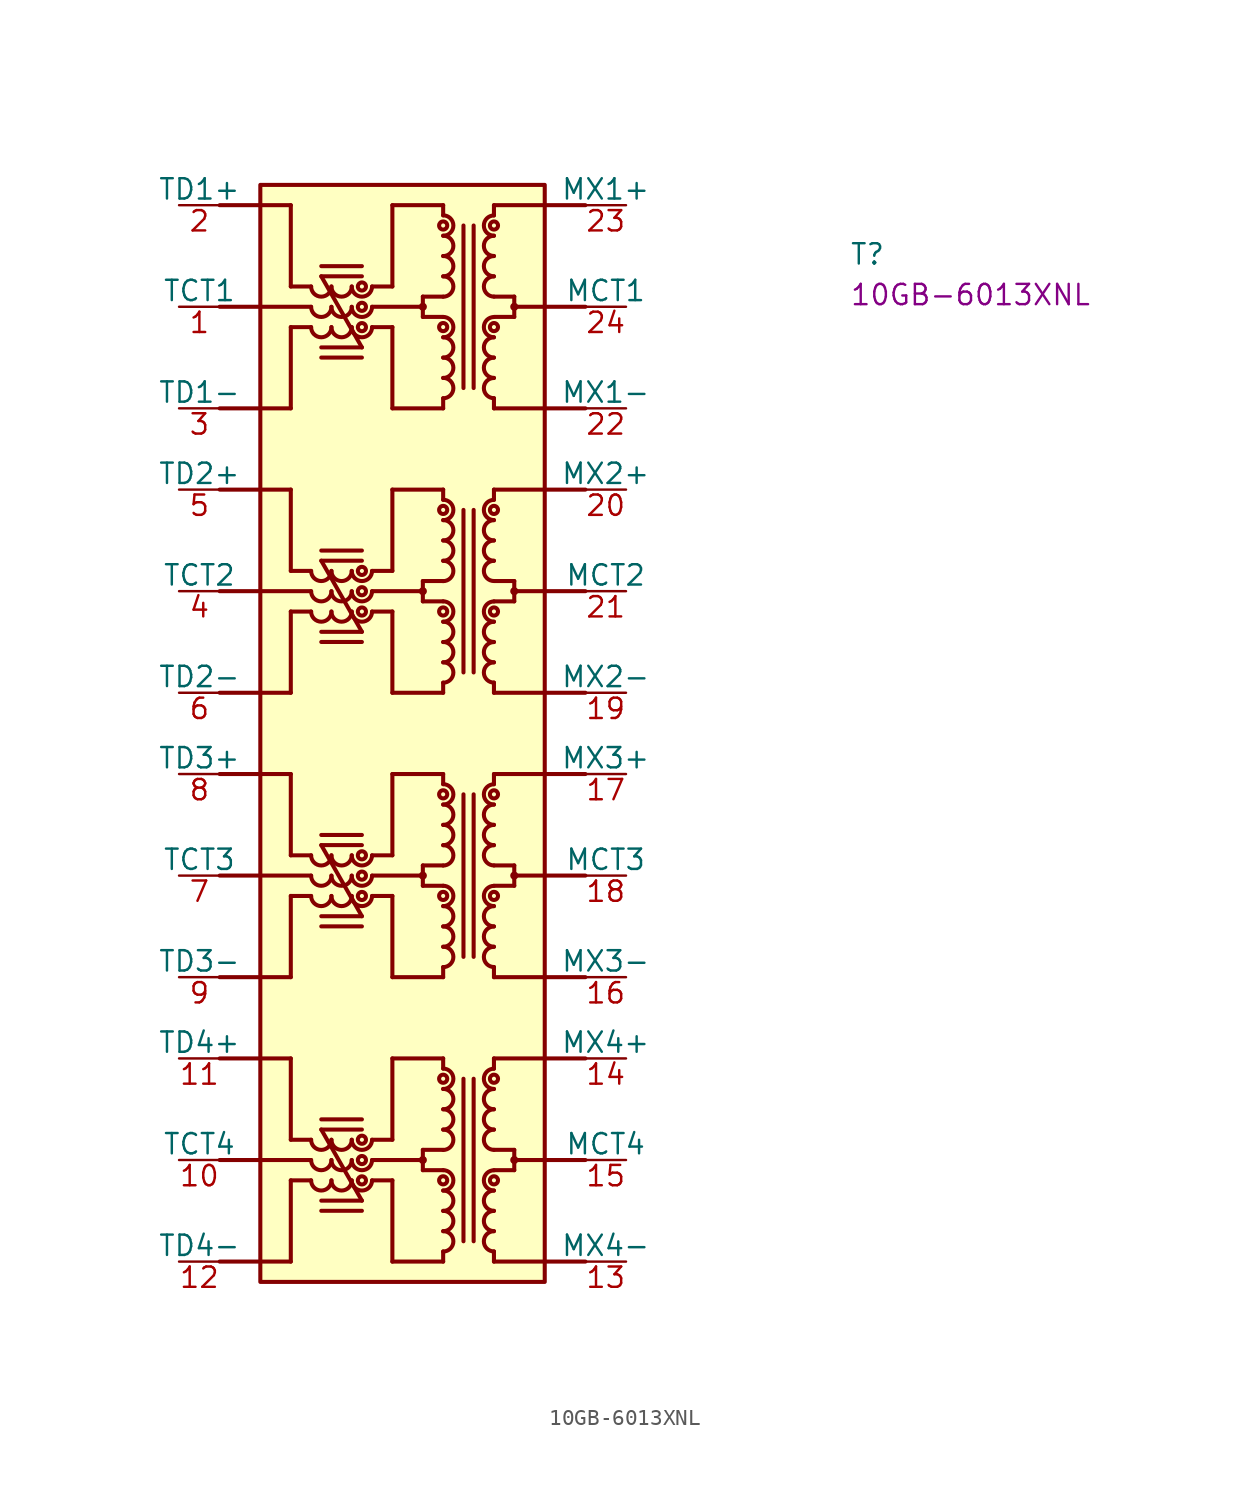
<source format=kicad_sym>
(kicad_symbol_lib
  (version 20220914)
  (generator kicad_symbol_editor)
  (symbol "10GB-6013XNL"
    (pin_names
      (offset 0))
    (property "Reference" "T"
      (at 41.91 -3.81 0)
      (effects (font (size 1.27 1.27) (thickness 0.15)) (justify left bottom)))
    (property "MPN" "10GB-6013XNL"
      (at 41.91 -6.35 0)
      (effects (font (size 1.27 1.27) (thickness 0.15)) (justify left bottom)))
    (symbol "10GB-6013XNL_1_1"
      (polyline (pts (xy 2.54 -59.69) (xy 8.255 -59.69)) (stroke (width 0.254) (type default)) (fill (type background)))
      (polyline (pts (xy 2.54 -41.91) (xy 8.255 -41.91)) (stroke (width 0.254) (type default)) (fill (type background)))
      (polyline (pts (xy 2.54 -24.13) (xy 8.255 -24.13)) (stroke (width 0.254) (type default)) (fill (type background)))
      (polyline (pts (xy 2.54 -6.35) (xy 8.255 -6.35)) (stroke (width 0.254) (type default)) (fill (type background)))
      (polyline (pts (xy 6.985 -66.04) (xy 2.54 -66.04)) (stroke (width 0.254) (type default)) (fill (type background)))
      (polyline (pts (xy 6.985 -60.963) (xy 8.255 -60.963)) (stroke (width 0.254) (type default)) (fill (type background)))
      (polyline (pts (xy 6.985 -60.96) (xy 6.985 -66.04)) (stroke (width 0.254) (type default)) (fill (type background)))
      (polyline (pts (xy 6.985 -58.423) (xy 8.255 -58.423)) (stroke (width 0.254) (type default)) (fill (type background)))
      (polyline (pts (xy 6.985 -58.42) (xy 6.985 -53.34)) (stroke (width 0.254) (type default)) (fill (type background)))
      (polyline (pts (xy 6.985 -53.34) (xy 2.54 -53.34)) (stroke (width 0.254) (type default)) (fill (type background)))
      (polyline (pts (xy 6.985 -48.26) (xy 2.54 -48.26)) (stroke (width 0.254) (type default)) (fill (type background)))
      (polyline (pts (xy 6.985 -43.183) (xy 8.255 -43.183)) (stroke (width 0.254) (type default)) (fill (type background)))
      (polyline (pts (xy 6.985 -43.18) (xy 6.985 -48.26)) (stroke (width 0.254) (type default)) (fill (type background)))
      (polyline (pts (xy 6.985 -40.643) (xy 8.255 -40.643)) (stroke (width 0.254) (type default)) (fill (type background)))
      (polyline (pts (xy 6.985 -40.64) (xy 6.985 -35.56)) (stroke (width 0.254) (type default)) (fill (type background)))
      (polyline (pts (xy 6.985 -35.56) (xy 2.54 -35.56)) (stroke (width 0.254) (type default)) (fill (type background)))
      (polyline (pts (xy 6.985 -30.48) (xy 2.54 -30.48)) (stroke (width 0.254) (type default)) (fill (type background)))
      (polyline (pts (xy 6.985 -25.403) (xy 8.255 -25.403)) (stroke (width 0.254) (type default)) (fill (type background)))
      (polyline (pts (xy 6.985 -25.4) (xy 6.985 -30.48)) (stroke (width 0.254) (type default)) (fill (type background)))
      (polyline (pts (xy 6.985 -22.863) (xy 8.255 -22.863)) (stroke (width 0.254) (type default)) (fill (type background)))
      (polyline (pts (xy 6.985 -22.86) (xy 6.985 -17.78)) (stroke (width 0.254) (type default)) (fill (type background)))
      (polyline (pts (xy 6.985 -17.78) (xy 2.54 -17.78)) (stroke (width 0.254) (type default)) (fill (type background)))
      (polyline (pts (xy 6.985 -12.7) (xy 2.54 -12.7)) (stroke (width 0.254) (type default)) (fill (type background)))
      (polyline (pts (xy 6.985 -7.623) (xy 8.255 -7.623)) (stroke (width 0.254) (type default)) (fill (type background)))
      (polyline (pts (xy 6.985 -7.62) (xy 6.985 -12.7)) (stroke (width 0.254) (type default)) (fill (type background)))
      (polyline (pts (xy 6.985 -5.083) (xy 8.255 -5.083)) (stroke (width 0.254) (type default)) (fill (type background)))
      (polyline (pts (xy 6.985 -5.08) (xy 6.985 0)) (stroke (width 0.254) (type default)) (fill (type background)))
      (polyline (pts (xy 6.985 0) (xy 2.54 0)) (stroke (width 0.254) (type default)) (fill (type background)))
      (polyline (pts (xy 8.89 -57.785) (xy 11.43 -62.23)) (stroke (width 0.254) (type default)) (fill (type background)))
      (polyline (pts (xy 8.89 -40.005) (xy 11.43 -44.45)) (stroke (width 0.254) (type default)) (fill (type background)))
      (polyline (pts (xy 8.89 -22.225) (xy 11.43 -26.67)) (stroke (width 0.254) (type default)) (fill (type background)))
      (polyline (pts (xy 8.89 -4.445) (xy 11.43 -8.89)) (stroke (width 0.254) (type default)) (fill (type background)))
      (polyline (pts (xy 11.43 -62.865) (xy 8.89 -62.865)) (stroke (width 0.254) (type default)) (fill (type background)))
      (polyline (pts (xy 11.43 -62.23) (xy 8.89 -62.23)) (stroke (width 0.254) (type default)) (fill (type background)))
      (polyline (pts (xy 11.43 -57.785) (xy 8.89 -57.785)) (stroke (width 0.254) (type default)) (fill (type background)))
      (polyline (pts (xy 11.43 -57.15) (xy 8.89 -57.15)) (stroke (width 0.254) (type default)) (fill (type background)))
      (polyline (pts (xy 11.43 -45.085) (xy 8.89 -45.085)) (stroke (width 0.254) (type default)) (fill (type background)))
      (polyline (pts (xy 11.43 -44.45) (xy 8.89 -44.45)) (stroke (width 0.254) (type default)) (fill (type background)))
      (polyline (pts (xy 11.43 -40.005) (xy 8.89 -40.005)) (stroke (width 0.254) (type default)) (fill (type background)))
      (polyline (pts (xy 11.43 -39.37) (xy 8.89 -39.37)) (stroke (width 0.254) (type default)) (fill (type background)))
      (polyline (pts (xy 11.43 -27.305) (xy 8.89 -27.305)) (stroke (width 0.254) (type default)) (fill (type background)))
      (polyline (pts (xy 11.43 -26.67) (xy 8.89 -26.67)) (stroke (width 0.254) (type default)) (fill (type background)))
      (polyline (pts (xy 11.43 -22.225) (xy 8.89 -22.225)) (stroke (width 0.254) (type default)) (fill (type background)))
      (polyline (pts (xy 11.43 -21.59) (xy 8.89 -21.59)) (stroke (width 0.254) (type default)) (fill (type background)))
      (polyline (pts (xy 11.43 -9.525) (xy 8.89 -9.525)) (stroke (width 0.254) (type default)) (fill (type background)))
      (polyline (pts (xy 11.43 -8.89) (xy 8.89 -8.89)) (stroke (width 0.254) (type default)) (fill (type background)))
      (polyline (pts (xy 11.43 -4.445) (xy 8.89 -4.445)) (stroke (width 0.254) (type default)) (fill (type background)))
      (polyline (pts (xy 11.43 -3.81) (xy 8.89 -3.81)) (stroke (width 0.254) (type default)) (fill (type background)))
      (polyline (pts (xy 13.335 -66.04) (xy 16.51 -66.04)) (stroke (width 0.254) (type default)) (fill (type background)))
      (polyline (pts (xy 13.335 -60.963) (xy 12.065 -60.963)) (stroke (width 0.254) (type default)) (fill (type background)))
      (polyline (pts (xy 13.335 -60.96) (xy 13.335 -66.04)) (stroke (width 0.254) (type default)) (fill (type background)))
      (polyline (pts (xy 13.335 -58.423) (xy 12.065 -58.423)) (stroke (width 0.254) (type default)) (fill (type background)))
      (polyline (pts (xy 13.335 -58.42) (xy 13.335 -53.34)) (stroke (width 0.254) (type default)) (fill (type background)))
      (polyline (pts (xy 13.335 -53.34) (xy 16.51 -53.34)) (stroke (width 0.254) (type default)) (fill (type background)))
      (polyline (pts (xy 13.335 -48.26) (xy 16.51 -48.26)) (stroke (width 0.254) (type default)) (fill (type background)))
      (polyline (pts (xy 13.335 -43.183) (xy 12.065 -43.183)) (stroke (width 0.254) (type default)) (fill (type background)))
      (polyline (pts (xy 13.335 -43.18) (xy 13.335 -48.26)) (stroke (width 0.254) (type default)) (fill (type background)))
      (polyline (pts (xy 13.335 -40.643) (xy 12.065 -40.643)) (stroke (width 0.254) (type default)) (fill (type background)))
      (polyline (pts (xy 13.335 -40.64) (xy 13.335 -35.56)) (stroke (width 0.254) (type default)) (fill (type background)))
      (polyline (pts (xy 13.335 -35.56) (xy 16.51 -35.56)) (stroke (width 0.254) (type default)) (fill (type background)))
      (polyline (pts (xy 13.335 -30.48) (xy 16.51 -30.48)) (stroke (width 0.254) (type default)) (fill (type background)))
      (polyline (pts (xy 13.335 -25.403) (xy 12.065 -25.403)) (stroke (width 0.254) (type default)) (fill (type background)))
      (polyline (pts (xy 13.335 -25.4) (xy 13.335 -30.48)) (stroke (width 0.254) (type default)) (fill (type background)))
      (polyline (pts (xy 13.335 -22.863) (xy 12.065 -22.863)) (stroke (width 0.254) (type default)) (fill (type background)))
      (polyline (pts (xy 13.335 -22.86) (xy 13.335 -17.78)) (stroke (width 0.254) (type default)) (fill (type background)))
      (polyline (pts (xy 13.335 -17.78) (xy 16.51 -17.78)) (stroke (width 0.254) (type default)) (fill (type background)))
      (polyline (pts (xy 13.335 -12.7) (xy 16.51 -12.7)) (stroke (width 0.254) (type default)) (fill (type background)))
      (polyline (pts (xy 13.335 -7.623) (xy 12.065 -7.623)) (stroke (width 0.254) (type default)) (fill (type background)))
      (polyline (pts (xy 13.335 -7.62) (xy 13.335 -12.7)) (stroke (width 0.254) (type default)) (fill (type background)))
      (polyline (pts (xy 13.335 -5.083) (xy 12.065 -5.083)) (stroke (width 0.254) (type default)) (fill (type background)))
      (polyline (pts (xy 13.335 -5.08) (xy 13.335 0)) (stroke (width 0.254) (type default)) (fill (type background)))
      (polyline (pts (xy 13.335 0) (xy 16.51 0)) (stroke (width 0.254) (type default)) (fill (type background)))
      (polyline (pts (xy 15.24 -60.325) (xy 16.51 -60.325)) (stroke (width 0.254) (type default)) (fill (type background)))
      (polyline (pts (xy 15.24 -59.69) (xy 12.065 -59.69)) (stroke (width 0.254) (type default)) (fill (type background)))
      (polyline (pts (xy 15.24 -59.055) (xy 15.24 -60.325)) (stroke (width 0.254) (type default)) (fill (type background)))
      (polyline (pts (xy 15.24 -59.055) (xy 16.51 -59.055)) (stroke (width 0.254) (type default)) (fill (type background)))
      (polyline (pts (xy 15.24 -42.545) (xy 16.51 -42.545)) (stroke (width 0.254) (type default)) (fill (type background)))
      (polyline (pts (xy 15.24 -41.91) (xy 12.065 -41.91)) (stroke (width 0.254) (type default)) (fill (type background)))
      (polyline (pts (xy 15.24 -41.275) (xy 15.24 -42.545)) (stroke (width 0.254) (type default)) (fill (type background)))
      (polyline (pts (xy 15.24 -41.275) (xy 16.51 -41.275)) (stroke (width 0.254) (type default)) (fill (type background)))
      (polyline (pts (xy 15.24 -24.765) (xy 16.51 -24.765)) (stroke (width 0.254) (type default)) (fill (type background)))
      (polyline (pts (xy 15.24 -24.13) (xy 12.065 -24.13)) (stroke (width 0.254) (type default)) (fill (type background)))
      (polyline (pts (xy 15.24 -23.495) (xy 15.24 -24.765)) (stroke (width 0.254) (type default)) (fill (type background)))
      (polyline (pts (xy 15.24 -23.495) (xy 16.51 -23.495)) (stroke (width 0.254) (type default)) (fill (type background)))
      (polyline (pts (xy 15.24 -6.985) (xy 16.51 -6.985)) (stroke (width 0.254) (type default)) (fill (type background)))
      (polyline (pts (xy 15.24 -6.35) (xy 12.065 -6.35)) (stroke (width 0.254) (type default)) (fill (type background)))
      (polyline (pts (xy 15.24 -5.715) (xy 15.24 -6.985)) (stroke (width 0.254) (type default)) (fill (type background)))
      (polyline (pts (xy 15.24 -5.715) (xy 16.51 -5.715)) (stroke (width 0.254) (type default)) (fill (type background)))
      (polyline (pts (xy 16.51 -65.405) (xy 16.51 -66.04)) (stroke (width 0.254) (type default)) (fill (type background)))
      (polyline (pts (xy 16.51 -53.34) (xy 16.51 -53.975)) (stroke (width 0.254) (type default)) (fill (type background)))
      (polyline (pts (xy 16.51 -47.625) (xy 16.51 -48.26)) (stroke (width 0.254) (type default)) (fill (type background)))
      (polyline (pts (xy 16.51 -35.56) (xy 16.51 -36.195)) (stroke (width 0.254) (type default)) (fill (type background)))
      (polyline (pts (xy 16.51 -29.845) (xy 16.51 -30.48)) (stroke (width 0.254) (type default)) (fill (type background)))
      (polyline (pts (xy 16.51 -17.78) (xy 16.51 -18.415)) (stroke (width 0.254) (type default)) (fill (type background)))
      (polyline (pts (xy 16.51 -12.065) (xy 16.51 -12.7)) (stroke (width 0.254) (type default)) (fill (type background)))
      (polyline (pts (xy 16.51 0) (xy 16.51 -0.635)) (stroke (width 0.254) (type default)) (fill (type background)))
      (polyline (pts (xy 17.78 -64.77) (xy 17.78 -54.61)) (stroke (width 0.254) (type default)) (fill (type background)))
      (polyline (pts (xy 17.78 -46.99) (xy 17.78 -36.83)) (stroke (width 0.254) (type default)) (fill (type background)))
      (polyline (pts (xy 17.78 -29.21) (xy 17.78 -19.05)) (stroke (width 0.254) (type default)) (fill (type background)))
      (polyline (pts (xy 17.78 -11.43) (xy 17.78 -1.27)) (stroke (width 0.254) (type default)) (fill (type background)))
      (polyline (pts (xy 18.415 -64.77) (xy 18.415 -54.61)) (stroke (width 0.254) (type default)) (fill (type background)))
      (polyline (pts (xy 18.415 -46.99) (xy 18.415 -36.83)) (stroke (width 0.254) (type default)) (fill (type background)))
      (polyline (pts (xy 18.415 -29.21) (xy 18.415 -19.05)) (stroke (width 0.254) (type default)) (fill (type background)))
      (polyline (pts (xy 18.415 -11.43) (xy 18.415 -1.27)) (stroke (width 0.254) (type default)) (fill (type background)))
      (polyline (pts (xy 19.685 -65.405) (xy 19.685 -66.04)) (stroke (width 0.254) (type default)) (fill (type background)))
      (polyline (pts (xy 19.685 -53.34) (xy 19.685 -53.975)) (stroke (width 0.254) (type default)) (fill (type background)))
      (polyline (pts (xy 19.685 -47.625) (xy 19.685 -48.26)) (stroke (width 0.254) (type default)) (fill (type background)))
      (polyline (pts (xy 19.685 -35.56) (xy 19.685 -36.195)) (stroke (width 0.254) (type default)) (fill (type background)))
      (polyline (pts (xy 19.685 -29.845) (xy 19.685 -30.48)) (stroke (width 0.254) (type default)) (fill (type background)))
      (polyline (pts (xy 19.685 -17.78) (xy 19.685 -18.415)) (stroke (width 0.254) (type default)) (fill (type background)))
      (polyline (pts (xy 19.685 -12.065) (xy 19.685 -12.7)) (stroke (width 0.254) (type default)) (fill (type background)))
      (polyline (pts (xy 19.685 0) (xy 19.685 -0.635)) (stroke (width 0.254) (type default)) (fill (type background)))
      (polyline (pts (xy 20.955 -60.325) (xy 19.685 -60.325)) (stroke (width 0.254) (type default)) (fill (type background)))
      (polyline (pts (xy 20.955 -59.69) (xy 25.4 -59.69)) (stroke (width 0.254) (type default)) (fill (type background)))
      (polyline (pts (xy 20.955 -59.055) (xy 19.685 -59.055)) (stroke (width 0.254) (type default)) (fill (type background)))
      (polyline (pts (xy 20.955 -59.055) (xy 20.955 -60.325)) (stroke (width 0.254) (type default)) (fill (type background)))
      (polyline (pts (xy 20.955 -42.545) (xy 19.685 -42.545)) (stroke (width 0.254) (type default)) (fill (type background)))
      (polyline (pts (xy 20.955 -41.91) (xy 25.4 -41.91)) (stroke (width 0.254) (type default)) (fill (type background)))
      (polyline (pts (xy 20.955 -41.275) (xy 19.685 -41.275)) (stroke (width 0.254) (type default)) (fill (type background)))
      (polyline (pts (xy 20.955 -41.275) (xy 20.955 -42.545)) (stroke (width 0.254) (type default)) (fill (type background)))
      (polyline (pts (xy 20.955 -24.765) (xy 19.685 -24.765)) (stroke (width 0.254) (type default)) (fill (type background)))
      (polyline (pts (xy 20.955 -24.13) (xy 25.4 -24.13)) (stroke (width 0.254) (type default)) (fill (type background)))
      (polyline (pts (xy 20.955 -23.495) (xy 19.685 -23.495)) (stroke (width 0.254) (type default)) (fill (type background)))
      (polyline (pts (xy 20.955 -23.495) (xy 20.955 -24.765)) (stroke (width 0.254) (type default)) (fill (type background)))
      (polyline (pts (xy 20.955 -6.985) (xy 19.685 -6.985)) (stroke (width 0.254) (type default)) (fill (type background)))
      (polyline (pts (xy 20.955 -6.35) (xy 25.4 -6.35)) (stroke (width 0.254) (type default)) (fill (type background)))
      (polyline (pts (xy 20.955 -5.715) (xy 19.685 -5.715)) (stroke (width 0.254) (type default)) (fill (type background)))
      (polyline (pts (xy 20.955 -5.715) (xy 20.955 -6.985)) (stroke (width 0.254) (type default)) (fill (type background)))
      (polyline (pts (xy 25.4 -66.04) (xy 19.685 -66.04)) (stroke (width 0.254) (type default)) (fill (type background)))
      (polyline (pts (xy 25.4 -53.34) (xy 19.685 -53.34)) (stroke (width 0.254) (type default)) (fill (type background)))
      (polyline (pts (xy 25.4 -48.26) (xy 19.685 -48.26)) (stroke (width 0.254) (type default)) (fill (type background)))
      (polyline (pts (xy 25.4 -35.56) (xy 19.685 -35.56)) (stroke (width 0.254) (type default)) (fill (type background)))
      (polyline (pts (xy 25.4 -30.48) (xy 19.685 -30.48)) (stroke (width 0.254) (type default)) (fill (type background)))
      (polyline (pts (xy 25.4 -17.78) (xy 19.685 -17.78)) (stroke (width 0.254) (type default)) (fill (type background)))
      (polyline (pts (xy 25.4 -12.7) (xy 19.685 -12.7)) (stroke (width 0.254) (type default)) (fill (type background)))
      (polyline (pts (xy 25.4 0) (xy 19.685 0)) (stroke (width 0.254) (type default)) (fill (type background)))
      (rectangle (start 5.08 1.27) (end 22.86 -67.31) (stroke (width 0.254) (type default)) (fill (type background)))
      (arc (start 8.255 -60.9627) (mid 8.89 -61.595) (end 9.525 -60.9627) (stroke (width 0.254) (type default)) (fill (type background)))
      (arc (start 8.255 -59.6927) (mid 8.89 -60.325) (end 9.525 -59.6927) (stroke (width 0.254) (type default)) (fill (type background)))
      (arc (start 8.255 -58.4227) (mid 8.89 -59.055) (end 9.525 -58.4227) (stroke (width 0.254) (type default)) (fill (type background)))
      (arc (start 8.255 -43.1827) (mid 8.89 -43.815) (end 9.525 -43.1827) (stroke (width 0.254) (type default)) (fill (type background)))
      (arc (start 8.255 -41.9127) (mid 8.89 -42.545) (end 9.525 -41.9127) (stroke (width 0.254) (type default)) (fill (type background)))
      (arc (start 8.255 -40.6427) (mid 8.89 -41.275) (end 9.525 -40.6427) (stroke (width 0.254) (type default)) (fill (type background)))
      (arc (start 8.255 -25.4027) (mid 8.89 -26.035) (end 9.525 -25.4027) (stroke (width 0.254) (type default)) (fill (type background)))
      (arc (start 8.255 -24.1327) (mid 8.89 -24.765) (end 9.525 -24.1327) (stroke (width 0.254) (type default)) (fill (type background)))
      (arc (start 8.255 -22.8627) (mid 8.89 -23.495) (end 9.525 -22.8627) (stroke (width 0.254) (type default)) (fill (type background)))
      (arc (start 8.255 -7.6227) (mid 8.89 -8.255) (end 9.525 -7.6227) (stroke (width 0.254) (type default)) (fill (type background)))
      (arc (start 8.255 -6.3527) (mid 8.89 -6.985) (end 9.525 -6.3527) (stroke (width 0.254) (type default)) (fill (type background)))
      (arc (start 8.255 -5.0827) (mid 8.89 -5.715) (end 9.525 -5.0827) (stroke (width 0.254) (type default)) (fill (type background)))
      (arc (start 9.525 -60.9627) (mid 10.16 -61.595) (end 10.795 -60.9627) (stroke (width 0.254) (type default)) (fill (type background)))
      (arc (start 9.525 -59.6927) (mid 10.16 -60.325) (end 10.795 -59.6927) (stroke (width 0.254) (type default)) (fill (type background)))
      (arc (start 9.525 -58.4227) (mid 10.16 -59.055) (end 10.795 -58.4227) (stroke (width 0.254) (type default)) (fill (type background)))
      (arc (start 9.525 -43.1827) (mid 10.16 -43.815) (end 10.795 -43.1827) (stroke (width 0.254) (type default)) (fill (type background)))
      (arc (start 9.525 -41.9127) (mid 10.16 -42.545) (end 10.795 -41.9127) (stroke (width 0.254) (type default)) (fill (type background)))
      (arc (start 9.525 -40.6427) (mid 10.16 -41.275) (end 10.795 -40.6427) (stroke (width 0.254) (type default)) (fill (type background)))
      (arc (start 9.525 -25.4027) (mid 10.16 -26.035) (end 10.795 -25.4027) (stroke (width 0.254) (type default)) (fill (type background)))
      (arc (start 9.525 -24.1327) (mid 10.16 -24.765) (end 10.795 -24.1327) (stroke (width 0.254) (type default)) (fill (type background)))
      (arc (start 9.525 -22.8627) (mid 10.16 -23.495) (end 10.795 -22.8627) (stroke (width 0.254) (type default)) (fill (type background)))
      (arc (start 9.525 -7.6227) (mid 10.16 -8.255) (end 10.795 -7.6227) (stroke (width 0.254) (type default)) (fill (type background)))
      (arc (start 9.525 -6.3527) (mid 10.16 -6.985) (end 10.795 -6.3527) (stroke (width 0.254) (type default)) (fill (type background)))
      (arc (start 9.525 -5.0827) (mid 10.16 -5.715) (end 10.795 -5.0827) (stroke (width 0.254) (type default)) (fill (type background)))
      (arc (start 10.795 -60.9627) (mid 11.43 -61.595) (end 12.065 -60.9627) (stroke (width 0.254) (type default)) (fill (type background)))
      (arc (start 10.795 -59.6927) (mid 11.43 -60.325) (end 12.065 -59.6927) (stroke (width 0.254) (type default)) (fill (type background)))
      (arc (start 10.795 -58.4227) (mid 11.43 -59.055) (end 12.065 -58.4227) (stroke (width 0.254) (type default)) (fill (type background)))
      (arc (start 10.795 -43.1827) (mid 11.43 -43.815) (end 12.065 -43.1827) (stroke (width 0.254) (type default)) (fill (type background)))
      (arc (start 10.795 -41.9127) (mid 11.43 -42.545) (end 12.065 -41.9127) (stroke (width 0.254) (type default)) (fill (type background)))
      (arc (start 10.795 -40.6427) (mid 11.43 -41.275) (end 12.065 -40.6427) (stroke (width 0.254) (type default)) (fill (type background)))
      (arc (start 10.795 -25.4027) (mid 11.43 -26.035) (end 12.065 -25.4027) (stroke (width 0.254) (type default)) (fill (type background)))
      (arc (start 10.795 -24.1327) (mid 11.43 -24.765) (end 12.065 -24.1327) (stroke (width 0.254) (type default)) (fill (type background)))
      (arc (start 10.795 -22.8627) (mid 11.43 -23.495) (end 12.065 -22.8627) (stroke (width 0.254) (type default)) (fill (type background)))
      (arc (start 10.795 -7.6227) (mid 11.43 -8.255) (end 12.065 -7.6227) (stroke (width 0.254) (type default)) (fill (type background)))
      (arc (start 10.795 -6.3527) (mid 11.43 -6.985) (end 12.065 -6.3527) (stroke (width 0.254) (type default)) (fill (type background)))
      (arc (start 10.795 -5.0827) (mid 11.43 -5.715) (end 12.065 -5.0827) (stroke (width 0.254) (type default)) (fill (type background)))
      (circle (center 11.43 -60.963) (radius 0.254) (stroke (width 0.254) (type default)) (fill (type background)))
      (circle (center 11.43 -59.693) (radius 0.254) (stroke (width 0.254) (type default)) (fill (type background)))
      (circle (center 11.43 -58.423) (radius 0.254) (stroke (width 0.254) (type default)) (fill (type background)))
      (circle (center 11.43 -43.183) (radius 0.254) (stroke (width 0.254) (type default)) (fill (type background)))
      (circle (center 11.43 -41.913) (radius 0.254) (stroke (width 0.254) (type default)) (fill (type background)))
      (circle (center 11.43 -40.643) (radius 0.254) (stroke (width 0.254) (type default)) (fill (type background)))
      (circle (center 11.43 -25.403) (radius 0.254) (stroke (width 0.254) (type default)) (fill (type background)))
      (circle (center 11.43 -24.133) (radius 0.254) (stroke (width 0.254) (type default)) (fill (type background)))
      (circle (center 11.43 -22.863) (radius 0.254) (stroke (width 0.254) (type default)) (fill (type background)))
      (circle (center 11.43 -7.623) (radius 0.254) (stroke (width 0.254) (type default)) (fill (type background)))
      (circle (center 11.43 -6.353) (radius 0.254) (stroke (width 0.254) (type default)) (fill (type background)))
      (circle (center 11.43 -5.083) (radius 0.254) (stroke (width 0.254) (type default)) (fill (type background)))
      (circle (center 15.24 -59.69) (radius 0.127) (stroke (width 0.254) (type default)) (fill (type background)))
      (circle (center 15.24 -41.91) (radius 0.127) (stroke (width 0.254) (type default)) (fill (type background)))
      (circle (center 15.24 -24.13) (radius 0.127) (stroke (width 0.254) (type default)) (fill (type background)))
      (circle (center 15.24 -6.35) (radius 0.127) (stroke (width 0.254) (type default)) (fill (type background)))
      (arc (start 16.51 -65.405) (mid 17.142 -64.77) (end 16.51 -64.135) (stroke (width 0.254) (type default)) (fill (type background)))
      (arc (start 16.51 -64.135) (mid 17.142 -63.5) (end 16.51 -62.865) (stroke (width 0.254) (type default)) (fill (type background)))
      (arc (start 16.51 -62.865) (mid 17.142 -62.23) (end 16.51 -61.595) (stroke (width 0.254) (type default)) (fill (type background)))
      (arc (start 16.51 -61.595) (mid 17.142 -60.96) (end 16.51 -60.325) (stroke (width 0.254) (type default)) (fill (type background)))
      (circle (center 16.51 -60.96) (radius 0.254) (stroke (width 0.254) (type default)) (fill (type background)))
      (arc (start 16.51 -59.055) (mid 17.142 -58.42) (end 16.51 -57.785) (stroke (width 0.254) (type default)) (fill (type background)))
      (arc (start 16.51 -57.785) (mid 17.142 -57.15) (end 16.51 -56.515) (stroke (width 0.254) (type default)) (fill (type background)))
      (arc (start 16.51 -56.515) (mid 17.142 -55.88) (end 16.51 -55.245) (stroke (width 0.254) (type default)) (fill (type background)))
      (arc (start 16.51 -55.245) (mid 17.142 -54.61) (end 16.51 -53.975) (stroke (width 0.254) (type default)) (fill (type background)))
      (circle (center 16.51 -54.61) (radius 0.254) (stroke (width 0.254) (type default)) (fill (type background)))
      (arc (start 16.51 -47.625) (mid 17.142 -46.99) (end 16.51 -46.355) (stroke (width 0.254) (type default)) (fill (type background)))
      (arc (start 16.51 -46.355) (mid 17.142 -45.72) (end 16.51 -45.085) (stroke (width 0.254) (type default)) (fill (type background)))
      (arc (start 16.51 -45.085) (mid 17.142 -44.45) (end 16.51 -43.815) (stroke (width 0.254) (type default)) (fill (type background)))
      (arc (start 16.51 -43.815) (mid 17.142 -43.18) (end 16.51 -42.545) (stroke (width 0.254) (type default)) (fill (type background)))
      (circle (center 16.51 -43.18) (radius 0.254) (stroke (width 0.254) (type default)) (fill (type background)))
      (arc (start 16.51 -41.275) (mid 17.142 -40.64) (end 16.51 -40.005) (stroke (width 0.254) (type default)) (fill (type background)))
      (arc (start 16.51 -40.005) (mid 17.142 -39.37) (end 16.51 -38.735) (stroke (width 0.254) (type default)) (fill (type background)))
      (arc (start 16.51 -38.735) (mid 17.142 -38.1) (end 16.51 -37.465) (stroke (width 0.254) (type default)) (fill (type background)))
      (arc (start 16.51 -37.465) (mid 17.142 -36.83) (end 16.51 -36.195) (stroke (width 0.254) (type default)) (fill (type background)))
      (circle (center 16.51 -36.83) (radius 0.254) (stroke (width 0.254) (type default)) (fill (type background)))
      (arc (start 16.51 -29.845) (mid 17.142 -29.21) (end 16.51 -28.575) (stroke (width 0.254) (type default)) (fill (type background)))
      (arc (start 16.51 -28.575) (mid 17.142 -27.94) (end 16.51 -27.305) (stroke (width 0.254) (type default)) (fill (type background)))
      (arc (start 16.51 -27.305) (mid 17.142 -26.67) (end 16.51 -26.035) (stroke (width 0.254) (type default)) (fill (type background)))
      (arc (start 16.51 -26.035) (mid 17.142 -25.4) (end 16.51 -24.765) (stroke (width 0.254) (type default)) (fill (type background)))
      (circle (center 16.51 -25.4) (radius 0.254) (stroke (width 0.254) (type default)) (fill (type background)))
      (arc (start 16.51 -23.495) (mid 17.142 -22.86) (end 16.51 -22.225) (stroke (width 0.254) (type default)) (fill (type background)))
      (arc (start 16.51 -22.225) (mid 17.142 -21.59) (end 16.51 -20.955) (stroke (width 0.254) (type default)) (fill (type background)))
      (arc (start 16.51 -20.955) (mid 17.142 -20.32) (end 16.51 -19.685) (stroke (width 0.254) (type default)) (fill (type background)))
      (arc (start 16.51 -19.685) (mid 17.142 -19.05) (end 16.51 -18.415) (stroke (width 0.254) (type default)) (fill (type background)))
      (circle (center 16.51 -19.05) (radius 0.254) (stroke (width 0.254) (type default)) (fill (type background)))
      (arc (start 16.51 -12.065) (mid 17.142 -11.43) (end 16.51 -10.795) (stroke (width 0.254) (type default)) (fill (type background)))
      (arc (start 16.51 -10.795) (mid 17.142 -10.16) (end 16.51 -9.525) (stroke (width 0.254) (type default)) (fill (type background)))
      (arc (start 16.51 -9.525) (mid 17.142 -8.89) (end 16.51 -8.255) (stroke (width 0.254) (type default)) (fill (type background)))
      (arc (start 16.51 -8.255) (mid 17.142 -7.62) (end 16.51 -6.985) (stroke (width 0.254) (type default)) (fill (type background)))
      (circle (center 16.51 -7.62) (radius 0.254) (stroke (width 0.254) (type default)) (fill (type background)))
      (arc (start 16.51 -5.715) (mid 17.142 -5.08) (end 16.51 -4.445) (stroke (width 0.254) (type default)) (fill (type background)))
      (arc (start 16.51 -4.445) (mid 17.142 -3.81) (end 16.51 -3.175) (stroke (width 0.254) (type default)) (fill (type background)))
      (arc (start 16.51 -3.175) (mid 17.142 -2.54) (end 16.51 -1.905) (stroke (width 0.254) (type default)) (fill (type background)))
      (arc (start 16.51 -1.905) (mid 17.142 -1.27) (end 16.51 -0.635) (stroke (width 0.254) (type default)) (fill (type background)))
      (circle (center 16.51 -1.27) (radius 0.254) (stroke (width 0.254) (type default)) (fill (type background)))
      (arc (start 19.685 -64.135) (mid 19.053 -64.77) (end 19.685 -65.405) (stroke (width 0.254) (type default)) (fill (type background)))
      (arc (start 19.685 -62.865) (mid 19.053 -63.5) (end 19.685 -64.135) (stroke (width 0.254) (type default)) (fill (type background)))
      (arc (start 19.685 -61.595) (mid 19.053 -62.23) (end 19.685 -62.865) (stroke (width 0.254) (type default)) (fill (type background)))
      (circle (center 19.685 -60.96) (radius 0.254) (stroke (width 0.254) (type default)) (fill (type background)))
      (arc (start 19.685 -60.325) (mid 19.053 -60.96) (end 19.685 -61.595) (stroke (width 0.254) (type default)) (fill (type background)))
      (arc (start 19.685 -57.785) (mid 19.053 -58.42) (end 19.685 -59.055) (stroke (width 0.254) (type default)) (fill (type background)))
      (arc (start 19.685 -56.515) (mid 19.053 -57.15) (end 19.685 -57.785) (stroke (width 0.254) (type default)) (fill (type background)))
      (arc (start 19.685 -55.245) (mid 19.053 -55.88) (end 19.685 -56.515) (stroke (width 0.254) (type default)) (fill (type background)))
      (circle (center 19.685 -54.61) (radius 0.254) (stroke (width 0.254) (type default)) (fill (type background)))
      (arc (start 19.685 -53.975) (mid 19.053 -54.61) (end 19.685 -55.245) (stroke (width 0.254) (type default)) (fill (type background)))
      (arc (start 19.685 -46.355) (mid 19.053 -46.99) (end 19.685 -47.625) (stroke (width 0.254) (type default)) (fill (type background)))
      (arc (start 19.685 -45.085) (mid 19.053 -45.72) (end 19.685 -46.355) (stroke (width 0.254) (type default)) (fill (type background)))
      (arc (start 19.685 -43.815) (mid 19.053 -44.45) (end 19.685 -45.085) (stroke (width 0.254) (type default)) (fill (type background)))
      (circle (center 19.685 -43.18) (radius 0.254) (stroke (width 0.254) (type default)) (fill (type background)))
      (arc (start 19.685 -42.545) (mid 19.053 -43.18) (end 19.685 -43.815) (stroke (width 0.254) (type default)) (fill (type background)))
      (arc (start 19.685 -40.005) (mid 19.053 -40.64) (end 19.685 -41.275) (stroke (width 0.254) (type default)) (fill (type background)))
      (arc (start 19.685 -38.735) (mid 19.053 -39.37) (end 19.685 -40.005) (stroke (width 0.254) (type default)) (fill (type background)))
      (arc (start 19.685 -37.465) (mid 19.053 -38.1) (end 19.685 -38.735) (stroke (width 0.254) (type default)) (fill (type background)))
      (circle (center 19.685 -36.83) (radius 0.254) (stroke (width 0.254) (type default)) (fill (type background)))
      (arc (start 19.685 -36.195) (mid 19.053 -36.83) (end 19.685 -37.465) (stroke (width 0.254) (type default)) (fill (type background)))
      (arc (start 19.685 -28.575) (mid 19.053 -29.21) (end 19.685 -29.845) (stroke (width 0.254) (type default)) (fill (type background)))
      (arc (start 19.685 -27.305) (mid 19.053 -27.94) (end 19.685 -28.575) (stroke (width 0.254) (type default)) (fill (type background)))
      (arc (start 19.685 -26.035) (mid 19.053 -26.67) (end 19.685 -27.305) (stroke (width 0.254) (type default)) (fill (type background)))
      (circle (center 19.685 -25.4) (radius 0.254) (stroke (width 0.254) (type default)) (fill (type background)))
      (arc (start 19.685 -24.765) (mid 19.053 -25.4) (end 19.685 -26.035) (stroke (width 0.254) (type default)) (fill (type background)))
      (arc (start 19.685 -22.225) (mid 19.053 -22.86) (end 19.685 -23.495) (stroke (width 0.254) (type default)) (fill (type background)))
      (arc (start 19.685 -20.955) (mid 19.053 -21.59) (end 19.685 -22.225) (stroke (width 0.254) (type default)) (fill (type background)))
      (arc (start 19.685 -19.685) (mid 19.053 -20.32) (end 19.685 -20.955) (stroke (width 0.254) (type default)) (fill (type background)))
      (circle (center 19.685 -19.05) (radius 0.254) (stroke (width 0.254) (type default)) (fill (type background)))
      (arc (start 19.685 -18.415) (mid 19.053 -19.05) (end 19.685 -19.685) (stroke (width 0.254) (type default)) (fill (type background)))
      (arc (start 19.685 -10.795) (mid 19.053 -11.43) (end 19.685 -12.065) (stroke (width 0.254) (type default)) (fill (type background)))
      (arc (start 19.685 -9.525) (mid 19.053 -10.16) (end 19.685 -10.795) (stroke (width 0.254) (type default)) (fill (type background)))
      (arc (start 19.685 -8.255) (mid 19.053 -8.89) (end 19.685 -9.525) (stroke (width 0.254) (type default)) (fill (type background)))
      (circle (center 19.685 -7.62) (radius 0.254) (stroke (width 0.254) (type default)) (fill (type background)))
      (arc (start 19.685 -6.985) (mid 19.053 -7.62) (end 19.685 -8.255) (stroke (width 0.254) (type default)) (fill (type background)))
      (arc (start 19.685 -4.445) (mid 19.053 -5.08) (end 19.685 -5.715) (stroke (width 0.254) (type default)) (fill (type background)))
      (arc (start 19.685 -3.175) (mid 19.053 -3.81) (end 19.685 -4.445) (stroke (width 0.254) (type default)) (fill (type background)))
      (arc (start 19.685 -1.905) (mid 19.053 -2.54) (end 19.685 -3.175) (stroke (width 0.254) (type default)) (fill (type background)))
      (circle (center 19.685 -1.27) (radius 0.254) (stroke (width 0.254) (type default)) (fill (type background)))
      (arc (start 19.685 -0.635) (mid 19.053 -1.27) (end 19.685 -1.905) (stroke (width 0.254) (type default)) (fill (type background)))
      (circle (center 20.955 -59.69) (radius 0.127) (stroke (width 0.254) (type default)) (fill (type background)))
      (circle (center 20.955 -41.91) (radius 0.127) (stroke (width 0.254) (type default)) (fill (type background)))
      (circle (center 20.955 -24.13) (radius 0.127) (stroke (width 0.254) (type default)) (fill (type background)))
      (circle (center 20.955 -6.35) (radius 0.127) (stroke (width 0.254) (type default)) (fill (type background)))
      (pin passive line (at 0 -6.35 0) (length 2.54) (name "TCT1" (effects (font (size 1.27 1.27)))) (number "1" (effects (font (size 1.27 1.27)))))
      (pin passive line (at 0 -59.69 0) (length 2.54) (name "TCT4" (effects (font (size 1.27 1.27)))) (number "10" (effects (font (size 1.27 1.27)))))
      (pin passive line (at 0 -53.34 0) (length 2.54) (name "TD4+" (effects (font (size 1.27 1.27)))) (number "11" (effects (font (size 1.27 1.27)))))
      (pin passive line (at 0 -66.04 0) (length 2.54) (name "TD4-" (effects (font (size 1.27 1.27)))) (number "12" (effects (font (size 1.27 1.27)))))
      (pin passive line (at 27.94 -66.04 180) (length 2.54) (name "MX4-" (effects (font (size 1.27 1.27)))) (number "13" (effects (font (size 1.27 1.27)))))
      (pin passive line (at 27.94 -53.34 180) (length 2.54) (name "MX4+" (effects (font (size 1.27 1.27)))) (number "14" (effects (font (size 1.27 1.27)))))
      (pin passive line (at 27.94 -59.69 180) (length 2.54) (name "MCT4" (effects (font (size 1.27 1.27)))) (number "15" (effects (font (size 1.27 1.27)))))
      (pin passive line (at 27.94 -48.26 180) (length 2.54) (name "MX3-" (effects (font (size 1.27 1.27)))) (number "16" (effects (font (size 1.27 1.27)))))
      (pin passive line (at 27.94 -35.56 180) (length 2.54) (name "MX3+" (effects (font (size 1.27 1.27)))) (number "17" (effects (font (size 1.27 1.27)))))
      (pin passive line (at 27.94 -41.91 180) (length 2.54) (name "MCT3" (effects (font (size 1.27 1.27)))) (number "18" (effects (font (size 1.27 1.27)))))
      (pin passive line (at 27.94 -30.48 180) (length 2.54) (name "MX2-" (effects (font (size 1.27 1.27)))) (number "19" (effects (font (size 1.27 1.27)))))
      (pin passive line (at 0 0 0) (length 2.54) (name "TD1+" (effects (font (size 1.27 1.27)))) (number "2" (effects (font (size 1.27 1.27)))))
      (pin passive line (at 27.94 -17.78 180) (length 2.54) (name "MX2+" (effects (font (size 1.27 1.27)))) (number "20" (effects (font (size 1.27 1.27)))))
      (pin passive line (at 27.94 -24.13 180) (length 2.54) (name "MCT2" (effects (font (size 1.27 1.27)))) (number "21" (effects (font (size 1.27 1.27)))))
      (pin passive line (at 27.94 -12.7 180) (length 2.54) (name "MX1-" (effects (font (size 1.27 1.27)))) (number "22" (effects (font (size 1.27 1.27)))))
      (pin passive line (at 27.94 0 180) (length 2.54) (name "MX1+" (effects (font (size 1.27 1.27)))) (number "23" (effects (font (size 1.27 1.27)))))
      (pin passive line (at 27.94 -6.35 180) (length 2.54) (name "MCT1" (effects (font (size 1.27 1.27)))) (number "24" (effects (font (size 1.27 1.27)))))
      (pin passive line (at 0 -12.7 0) (length 2.54) (name "TD1-" (effects (font (size 1.27 1.27)))) (number "3" (effects (font (size 1.27 1.27)))))
      (pin passive line (at 0 -24.13 0) (length 2.54) (name "TCT2" (effects (font (size 1.27 1.27)))) (number "4" (effects (font (size 1.27 1.27)))))
      (pin passive line (at 0 -17.78 0) (length 2.54) (name "TD2+" (effects (font (size 1.27 1.27)))) (number "5" (effects (font (size 1.27 1.27)))))
      (pin passive line (at 0 -30.48 0) (length 2.54) (name "TD2-" (effects (font (size 1.27 1.27)))) (number "6" (effects (font (size 1.27 1.27)))))
      (pin passive line (at 0 -41.91 0) (length 2.54) (name "TCT3" (effects (font (size 1.27 1.27)))) (number "7" (effects (font (size 1.27 1.27)))))
      (pin passive line (at 0 -35.56 0) (length 2.54) (name "TD3+" (effects (font (size 1.27 1.27)))) (number "8" (effects (font (size 1.27 1.27)))))
      (pin passive line (at 0 -48.26 0) (length 2.54) (name "TD3-" (effects (font (size 1.27 1.27)))) (number "9" (effects (font (size 1.27 1.27))))))))
</source>
